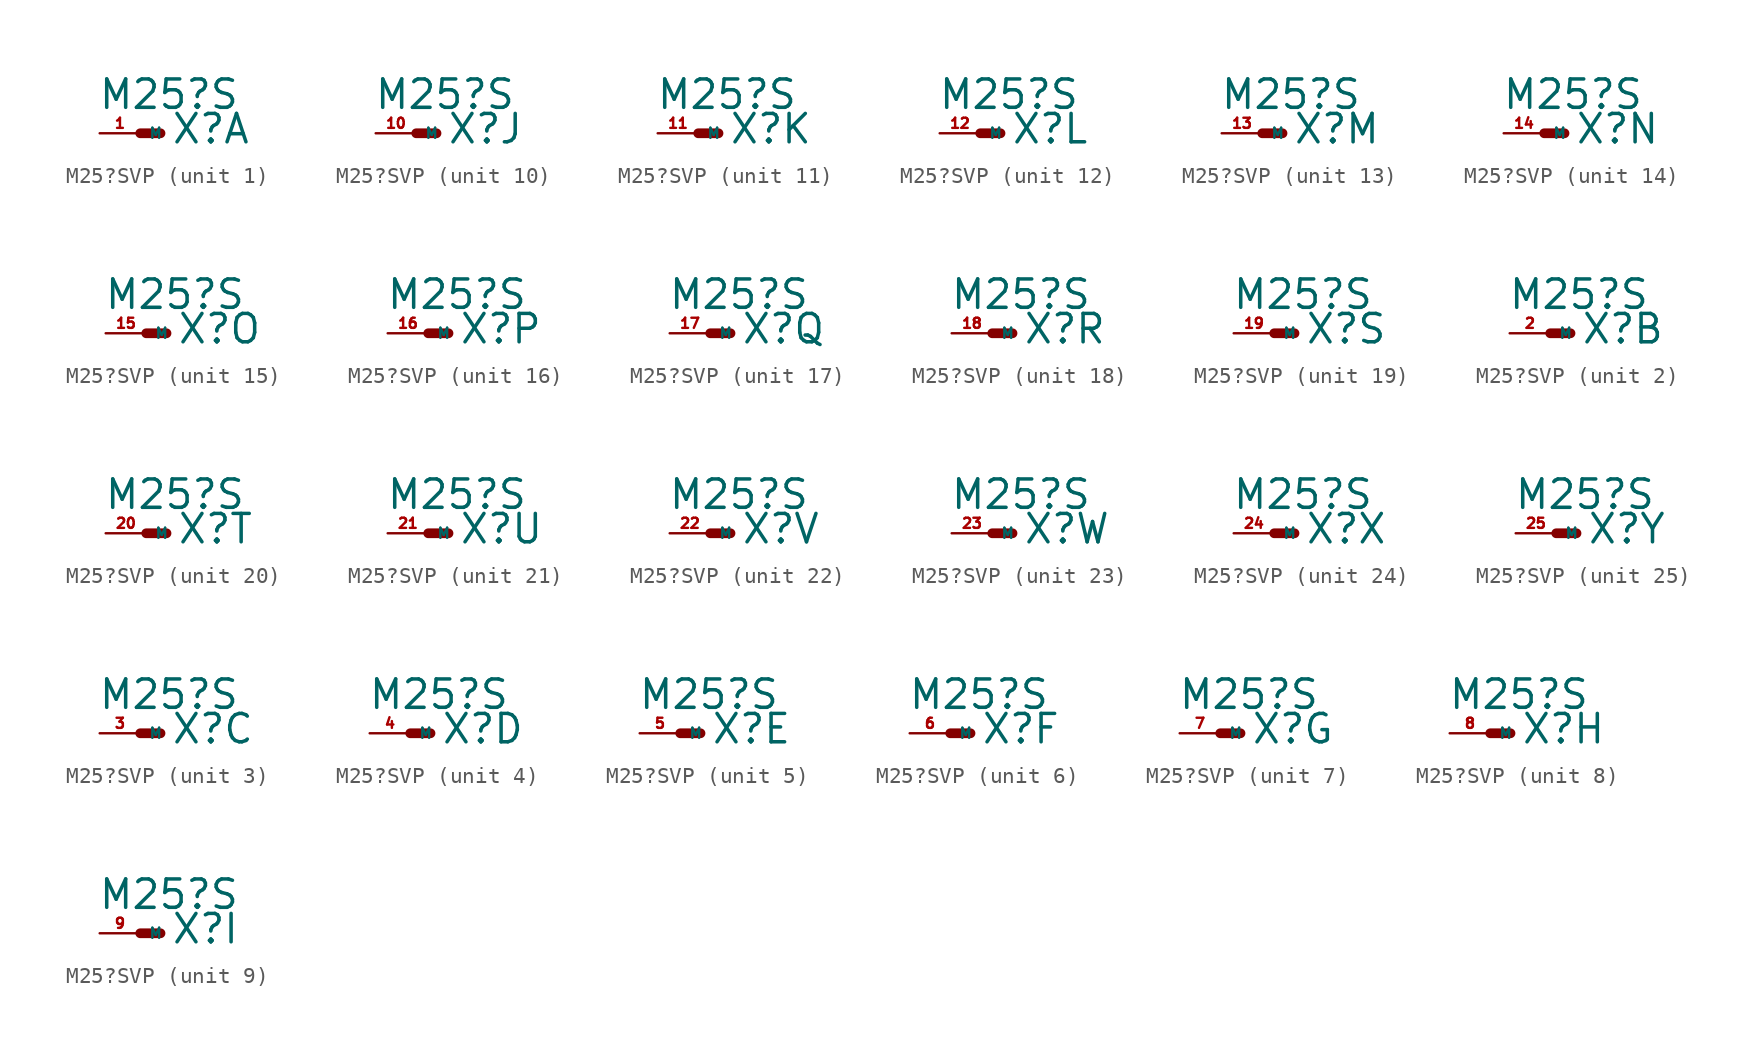
<source format=kicad_sym>
(kicad_symbol_lib
  (version 20220914)
  (generator Eagle2Kicad)
  (symbol "M25?SVP"
    (property "Reference" "X"
      (at 1.905 -0.762 0)
      (effects (font (size 1.778 1.778) (thickness 0.22)) (justify left bottom)))
    (property "Value" "M25?S"
      (at -2.667 1.397 0)
      (effects (font (size 1.778 1.778) (thickness 0.22)) (justify left bottom)))
    (symbol "M25?SVP_1_0"
      (polyline (pts (xy 0 0) (xy 1.27 0)) (stroke (width 0.61) (type default)) (fill (type none)))
      (pin passive line (at -2.54 0 0) (length 2.54) (name "M" (effects (font (size 0.635 0.635) (thickness 0.08)) (justify left bottom))) (number "1" (effects (font (size 0.635 0.635) (thickness 0.08)) (justify left bottom)))))
    (symbol "M25?SVP_2_0"
      (polyline (pts (xy 0 0) (xy 1.27 0)) (stroke (width 0.61) (type default)) (fill (type none)))
      (pin passive line (at -2.54 0 0) (length 2.54) (name "M" (effects (font (size 0.635 0.635) (thickness 0.08)) (justify left bottom))) (number "2" (effects (font (size 0.635 0.635) (thickness 0.08)) (justify left bottom)))))
    (symbol "M25?SVP_3_0"
      (polyline (pts (xy 0 0) (xy 1.27 0)) (stroke (width 0.61) (type default)) (fill (type none)))
      (pin passive line (at -2.54 0 0) (length 2.54) (name "M" (effects (font (size 0.635 0.635) (thickness 0.08)) (justify left bottom))) (number "3" (effects (font (size 0.635 0.635) (thickness 0.08)) (justify left bottom)))))
    (symbol "M25?SVP_4_0"
      (polyline (pts (xy 0 0) (xy 1.27 0)) (stroke (width 0.61) (type default)) (fill (type none)))
      (pin passive line (at -2.54 0 0) (length 2.54) (name "M" (effects (font (size 0.635 0.635) (thickness 0.08)) (justify left bottom))) (number "4" (effects (font (size 0.635 0.635) (thickness 0.08)) (justify left bottom)))))
    (symbol "M25?SVP_5_0"
      (polyline (pts (xy 0 0) (xy 1.27 0)) (stroke (width 0.61) (type default)) (fill (type none)))
      (pin passive line (at -2.54 0 0) (length 2.54) (name "M" (effects (font (size 0.635 0.635) (thickness 0.08)) (justify left bottom))) (number "5" (effects (font (size 0.635 0.635) (thickness 0.08)) (justify left bottom)))))
    (symbol "M25?SVP_6_0"
      (polyline (pts (xy 0 0) (xy 1.27 0)) (stroke (width 0.61) (type default)) (fill (type none)))
      (pin passive line (at -2.54 0 0) (length 2.54) (name "M" (effects (font (size 0.635 0.635) (thickness 0.08)) (justify left bottom))) (number "6" (effects (font (size 0.635 0.635) (thickness 0.08)) (justify left bottom)))))
    (symbol "M25?SVP_7_0"
      (polyline (pts (xy 0 0) (xy 1.27 0)) (stroke (width 0.61) (type default)) (fill (type none)))
      (pin passive line (at -2.54 0 0) (length 2.54) (name "M" (effects (font (size 0.635 0.635) (thickness 0.08)) (justify left bottom))) (number "7" (effects (font (size 0.635 0.635) (thickness 0.08)) (justify left bottom)))))
    (symbol "M25?SVP_8_0"
      (polyline (pts (xy 0 0) (xy 1.27 0)) (stroke (width 0.61) (type default)) (fill (type none)))
      (pin passive line (at -2.54 0 0) (length 2.54) (name "M" (effects (font (size 0.635 0.635) (thickness 0.08)) (justify left bottom))) (number "8" (effects (font (size 0.635 0.635) (thickness 0.08)) (justify left bottom)))))
    (symbol "M25?SVP_9_0"
      (polyline (pts (xy 0 0) (xy 1.27 0)) (stroke (width 0.61) (type default)) (fill (type none)))
      (pin passive line (at -2.54 0 0) (length 2.54) (name "M" (effects (font (size 0.635 0.635) (thickness 0.08)) (justify left bottom))) (number "9" (effects (font (size 0.635 0.635) (thickness 0.08)) (justify left bottom)))))
    (symbol "M25?SVP_10_0"
      (polyline (pts (xy 0 0) (xy 1.27 0)) (stroke (width 0.61) (type default)) (fill (type none)))
      (pin passive line (at -2.54 0 0) (length 2.54) (name "M" (effects (font (size 0.635 0.635) (thickness 0.08)) (justify left bottom))) (number "10" (effects (font (size 0.635 0.635) (thickness 0.08)) (justify left bottom)))))
    (symbol "M25?SVP_11_0"
      (polyline (pts (xy 0 0) (xy 1.27 0)) (stroke (width 0.61) (type default)) (fill (type none)))
      (pin passive line (at -2.54 0 0) (length 2.54) (name "M" (effects (font (size 0.635 0.635) (thickness 0.08)) (justify left bottom))) (number "11" (effects (font (size 0.635 0.635) (thickness 0.08)) (justify left bottom)))))
    (symbol "M25?SVP_12_0"
      (polyline (pts (xy 0 0) (xy 1.27 0)) (stroke (width 0.61) (type default)) (fill (type none)))
      (pin passive line (at -2.54 0 0) (length 2.54) (name "M" (effects (font (size 0.635 0.635) (thickness 0.08)) (justify left bottom))) (number "12" (effects (font (size 0.635 0.635) (thickness 0.08)) (justify left bottom)))))
    (symbol "M25?SVP_13_0"
      (polyline (pts (xy 0 0) (xy 1.27 0)) (stroke (width 0.61) (type default)) (fill (type none)))
      (pin passive line (at -2.54 0 0) (length 2.54) (name "M" (effects (font (size 0.635 0.635) (thickness 0.08)) (justify left bottom))) (number "13" (effects (font (size 0.635 0.635) (thickness 0.08)) (justify left bottom)))))
    (symbol "M25?SVP_14_0"
      (polyline (pts (xy 0 0) (xy 1.27 0)) (stroke (width 0.61) (type default)) (fill (type none)))
      (pin passive line (at -2.54 0 0) (length 2.54) (name "M" (effects (font (size 0.635 0.635) (thickness 0.08)) (justify left bottom))) (number "14" (effects (font (size 0.635 0.635) (thickness 0.08)) (justify left bottom)))))
    (symbol "M25?SVP_15_0"
      (polyline (pts (xy 0 0) (xy 1.27 0)) (stroke (width 0.61) (type default)) (fill (type none)))
      (pin passive line (at -2.54 0 0) (length 2.54) (name "M" (effects (font (size 0.635 0.635) (thickness 0.08)) (justify left bottom))) (number "15" (effects (font (size 0.635 0.635) (thickness 0.08)) (justify left bottom)))))
    (symbol "M25?SVP_16_0"
      (polyline (pts (xy 0 0) (xy 1.27 0)) (stroke (width 0.61) (type default)) (fill (type none)))
      (pin passive line (at -2.54 0 0) (length 2.54) (name "M" (effects (font (size 0.635 0.635) (thickness 0.08)) (justify left bottom))) (number "16" (effects (font (size 0.635 0.635) (thickness 0.08)) (justify left bottom)))))
    (symbol "M25?SVP_17_0"
      (polyline (pts (xy 0 0) (xy 1.27 0)) (stroke (width 0.61) (type default)) (fill (type none)))
      (pin passive line (at -2.54 0 0) (length 2.54) (name "M" (effects (font (size 0.635 0.635) (thickness 0.08)) (justify left bottom))) (number "17" (effects (font (size 0.635 0.635) (thickness 0.08)) (justify left bottom)))))
    (symbol "M25?SVP_18_0"
      (polyline (pts (xy 0 0) (xy 1.27 0)) (stroke (width 0.61) (type default)) (fill (type none)))
      (pin passive line (at -2.54 0 0) (length 2.54) (name "M" (effects (font (size 0.635 0.635) (thickness 0.08)) (justify left bottom))) (number "18" (effects (font (size 0.635 0.635) (thickness 0.08)) (justify left bottom)))))
    (symbol "M25?SVP_19_0"
      (polyline (pts (xy 0 0) (xy 1.27 0)) (stroke (width 0.61) (type default)) (fill (type none)))
      (pin passive line (at -2.54 0 0) (length 2.54) (name "M" (effects (font (size 0.635 0.635) (thickness 0.08)) (justify left bottom))) (number "19" (effects (font (size 0.635 0.635) (thickness 0.08)) (justify left bottom)))))
    (symbol "M25?SVP_20_0"
      (polyline (pts (xy 0 0) (xy 1.27 0)) (stroke (width 0.61) (type default)) (fill (type none)))
      (pin passive line (at -2.54 0 0) (length 2.54) (name "M" (effects (font (size 0.635 0.635) (thickness 0.08)) (justify left bottom))) (number "20" (effects (font (size 0.635 0.635) (thickness 0.08)) (justify left bottom)))))
    (symbol "M25?SVP_21_0"
      (polyline (pts (xy 0 0) (xy 1.27 0)) (stroke (width 0.61) (type default)) (fill (type none)))
      (pin passive line (at -2.54 0 0) (length 2.54) (name "M" (effects (font (size 0.635 0.635) (thickness 0.08)) (justify left bottom))) (number "21" (effects (font (size 0.635 0.635) (thickness 0.08)) (justify left bottom)))))
    (symbol "M25?SVP_22_0"
      (polyline (pts (xy 0 0) (xy 1.27 0)) (stroke (width 0.61) (type default)) (fill (type none)))
      (pin passive line (at -2.54 0 0) (length 2.54) (name "M" (effects (font (size 0.635 0.635) (thickness 0.08)) (justify left bottom))) (number "22" (effects (font (size 0.635 0.635) (thickness 0.08)) (justify left bottom)))))
    (symbol "M25?SVP_23_0"
      (polyline (pts (xy 0 0) (xy 1.27 0)) (stroke (width 0.61) (type default)) (fill (type none)))
      (pin passive line (at -2.54 0 0) (length 2.54) (name "M" (effects (font (size 0.635 0.635) (thickness 0.08)) (justify left bottom))) (number "23" (effects (font (size 0.635 0.635) (thickness 0.08)) (justify left bottom)))))
    (symbol "M25?SVP_24_0"
      (polyline (pts (xy 0 0) (xy 1.27 0)) (stroke (width 0.61) (type default)) (fill (type none)))
      (pin passive line (at -2.54 0 0) (length 2.54) (name "M" (effects (font (size 0.635 0.635) (thickness 0.08)) (justify left bottom))) (number "24" (effects (font (size 0.635 0.635) (thickness 0.08)) (justify left bottom)))))
    (symbol "M25?SVP_25_0"
      (polyline (pts (xy 0 0) (xy 1.27 0)) (stroke (width 0.61) (type default)) (fill (type none)))
      (pin passive line (at -2.54 0 0) (length 2.54) (name "M" (effects (font (size 0.635 0.635) (thickness 0.08)) (justify left bottom))) (number "25" (effects (font (size 0.635 0.635) (thickness 0.08)) (justify left bottom)))))))
</source>
